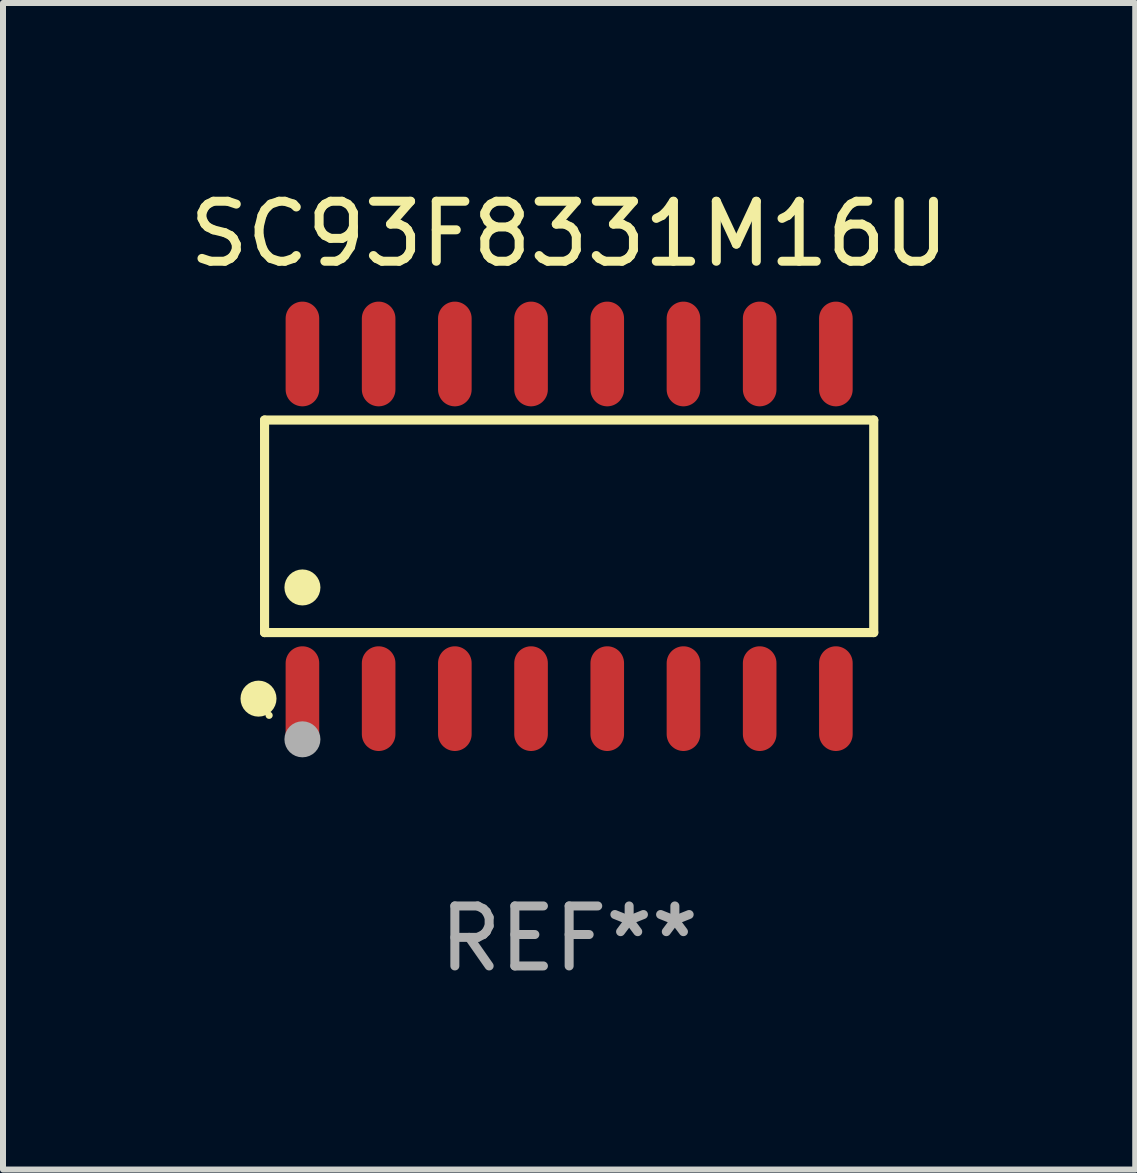
<source format=kicad_pcb>
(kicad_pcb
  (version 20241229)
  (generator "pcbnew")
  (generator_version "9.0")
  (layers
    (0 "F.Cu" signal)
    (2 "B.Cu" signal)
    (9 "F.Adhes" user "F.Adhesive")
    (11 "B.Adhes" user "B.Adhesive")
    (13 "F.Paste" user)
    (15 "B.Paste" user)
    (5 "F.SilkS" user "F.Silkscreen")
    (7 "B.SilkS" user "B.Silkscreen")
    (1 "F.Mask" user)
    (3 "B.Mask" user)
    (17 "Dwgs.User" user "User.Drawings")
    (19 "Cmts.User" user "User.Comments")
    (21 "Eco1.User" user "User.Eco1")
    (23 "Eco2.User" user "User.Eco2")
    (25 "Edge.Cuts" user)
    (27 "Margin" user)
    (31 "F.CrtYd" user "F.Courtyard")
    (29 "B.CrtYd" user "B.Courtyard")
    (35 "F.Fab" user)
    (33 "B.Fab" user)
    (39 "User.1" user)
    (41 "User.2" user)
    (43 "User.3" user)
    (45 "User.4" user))
  (footprint "SC93F8331M16U"
    (layer "F.Cu")
    (at 6.435 5.721)
    (property "Reference" "SC93F8331M16U" (at 0 -4.872 0) (layer "F.SilkS") (effects (font (size 1 1) (thickness 0.15))))
    (attr through_hole)
    (fp_line (start -5.076 -1.771) (end 5.076 -1.771) (stroke (width 0.152) (type solid)) (layer "F.SilkS"))
    (fp_line (start -5.076 1.771) (end -5.076 -1.771) (stroke (width 0.152) (type solid)) (layer "F.SilkS"))
    (fp_line (start 5.076 -1.771) (end 5.076 1.771) (stroke (width 0.152) (type solid)) (layer "F.SilkS"))
    (fp_line (start 5.076 1.771) (end -5.076 1.771) (stroke (width 0.152) (type solid)) (layer "F.SilkS"))
    (fp_circle (center -5.177 2.872) (end -5.027 2.872) (stroke (width 0.3) (type solid)) (fill no) (layer "F.SilkS"))
    (fp_circle (center -5 3.15) (end -4.97 3.15) (stroke (width 0.06) (type solid)) (fill no) (layer "F.SilkS"))
    (fp_circle (center -4.445 1.019) (end -4.295 1.019) (stroke (width 0.3) (type solid)) (fill no) (layer "F.SilkS"))
    (fp_circle (center -4.445 3.55) (end -4.295 3.55) (stroke (width 0.3) (type solid)) (fill no) (layer "F.Fab"))
    (fp_text user "REF**" (at 0 6.872 0) (layer "F.Fab") (effects (font (size 1 1) (thickness 0.15))))
    (pad "1" smd oval (at -4.445 2.872) (size 0.56 1.745) (layers "F.Cu" "F.Mask" "F.Paste"))
    (pad "2" smd oval (at -3.175 2.872) (size 0.56 1.745) (layers "F.Cu" "F.Mask" "F.Paste"))
    (pad "3" smd oval (at -1.905 2.872) (size 0.56 1.745) (layers "F.Cu" "F.Mask" "F.Paste"))
    (pad "4" smd oval (at -0.635 2.872) (size 0.56 1.745) (layers "F.Cu" "F.Mask" "F.Paste"))
    (pad "5" smd oval (at 0.635 2.872) (size 0.56 1.745) (layers "F.Cu" "F.Mask" "F.Paste"))
    (pad "6" smd oval (at 1.905 2.872) (size 0.56 1.745) (layers "F.Cu" "F.Mask" "F.Paste"))
    (pad "7" smd oval (at 3.175 2.872) (size 0.56 1.745) (layers "F.Cu" "F.Mask" "F.Paste"))
    (pad "8" smd oval (at 4.445 2.872) (size 0.56 1.745) (layers "F.Cu" "F.Mask" "F.Paste"))
    (pad "9" smd oval (at 4.445 -2.872) (size 0.56 1.745) (layers "F.Cu" "F.Mask" "F.Paste"))
    (pad "10" smd oval (at 3.175 -2.872) (size 0.56 1.745) (layers "F.Cu" "F.Mask" "F.Paste"))
    (pad "11" smd oval (at 1.905 -2.872) (size 0.56 1.745) (layers "F.Cu" "F.Mask" "F.Paste"))
    (pad "12" smd oval (at 0.635 -2.872) (size 0.56 1.745) (layers "F.Cu" "F.Mask" "F.Paste"))
    (pad "13" smd oval (at -0.635 -2.872) (size 0.56 1.745) (layers "F.Cu" "F.Mask" "F.Paste"))
    (pad "14" smd oval (at -1.905 -2.872) (size 0.56 1.745) (layers "F.Cu" "F.Mask" "F.Paste"))
    (pad "15" smd oval (at -3.175 -2.872) (size 0.56 1.745) (layers "F.Cu" "F.Mask" "F.Paste"))
    (pad "16" smd oval (at -4.445 -2.872) (size 0.56 1.745) (layers "F.Cu" "F.Mask" "F.Paste")))
  (gr_rect
    (start -3 -3)
    (end 15.869 16.441)
    (stroke (width 0.1) (type default))
    (fill no)
    (layer "Edge.Cuts")))
</source>
